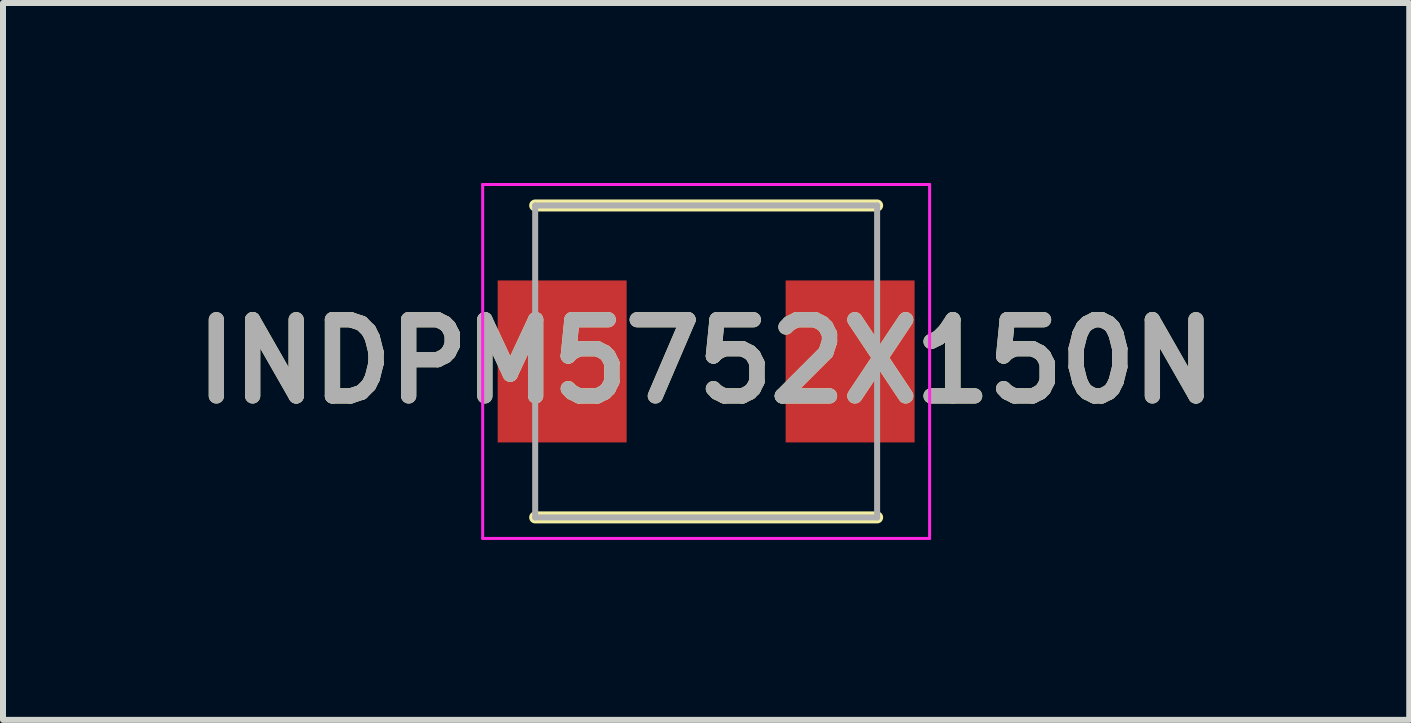
<source format=kicad_pcb>
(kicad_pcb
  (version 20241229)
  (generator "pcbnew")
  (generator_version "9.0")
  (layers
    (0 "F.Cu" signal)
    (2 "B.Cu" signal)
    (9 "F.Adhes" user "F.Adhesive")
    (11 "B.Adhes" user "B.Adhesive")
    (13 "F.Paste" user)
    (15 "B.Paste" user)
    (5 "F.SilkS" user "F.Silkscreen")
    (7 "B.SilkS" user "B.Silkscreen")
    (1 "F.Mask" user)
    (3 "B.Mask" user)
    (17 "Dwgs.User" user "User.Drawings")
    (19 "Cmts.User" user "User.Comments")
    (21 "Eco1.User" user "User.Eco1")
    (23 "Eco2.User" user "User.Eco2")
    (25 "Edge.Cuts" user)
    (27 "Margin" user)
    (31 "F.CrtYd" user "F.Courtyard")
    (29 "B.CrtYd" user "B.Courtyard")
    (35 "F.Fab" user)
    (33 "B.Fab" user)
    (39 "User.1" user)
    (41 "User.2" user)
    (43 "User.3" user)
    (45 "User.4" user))
  (footprint "INDPM5752X150N"
    (layer "F.Cu")
    (at 8.721 2.975)
    (property "Reference" "INDPM5752X150N" (at 0 0 0) (layer "F.SilkS") (effects (font (size 1.27 1.27) (thickness 0.254))))
    (attr smd)
    (fp_line (start -2.85 2.6) (end 2.85 2.6) (stroke (width 0.2) (type solid)) (layer "F.SilkS"))
    (fp_line (start 2.85 -2.6) (end -2.85 -2.6) (stroke (width 0.2) (type solid)) (layer "F.SilkS"))
    (fp_line (start -3.725 -2.95) (end 3.725 -2.95) (stroke (width 0.05) (type solid)) (layer "F.CrtYd"))
    (fp_line (start -3.725 2.95) (end -3.725 -2.95) (stroke (width 0.05) (type solid)) (layer "F.CrtYd"))
    (fp_line (start 3.725 -2.95) (end 3.725 2.95) (stroke (width 0.05) (type solid)) (layer "F.CrtYd"))
    (fp_line (start 3.725 2.95) (end -3.725 2.95) (stroke (width 0.05) (type solid)) (layer "F.CrtYd"))
    (fp_line (start -2.85 -2.6) (end 2.85 -2.6) (stroke (width 0.1) (type solid)) (layer "F.Fab"))
    (fp_line (start -2.85 2.6) (end -2.85 -2.6) (stroke (width 0.1) (type solid)) (layer "F.Fab"))
    (fp_line (start 2.85 -2.6) (end 2.85 2.6) (stroke (width 0.1) (type solid)) (layer "F.Fab"))
    (fp_line (start 2.85 2.6) (end -2.85 2.6) (stroke (width 0.1) (type solid)) (layer "F.Fab"))
    (fp_text user "${REFERENCE}" (at 0 0 0) (layer "F.Fab") (effects (font (size 1.27 1.27) (thickness 0.254))))
    (pad "1" smd rect (at -2.4 0) (size 2.15 2.7) (layers "F.Cu" "F.Mask" "F.Paste"))
    (pad "2" smd rect (at 2.4 0) (size 2.15 2.7) (layers "F.Cu" "F.Mask" "F.Paste")))
  (gr_rect
    (start -3 -3)
    (end 20.441 8.95)
    (stroke (width 0.1) (type default))
    (fill no)
    (layer "Edge.Cuts")))
</source>
